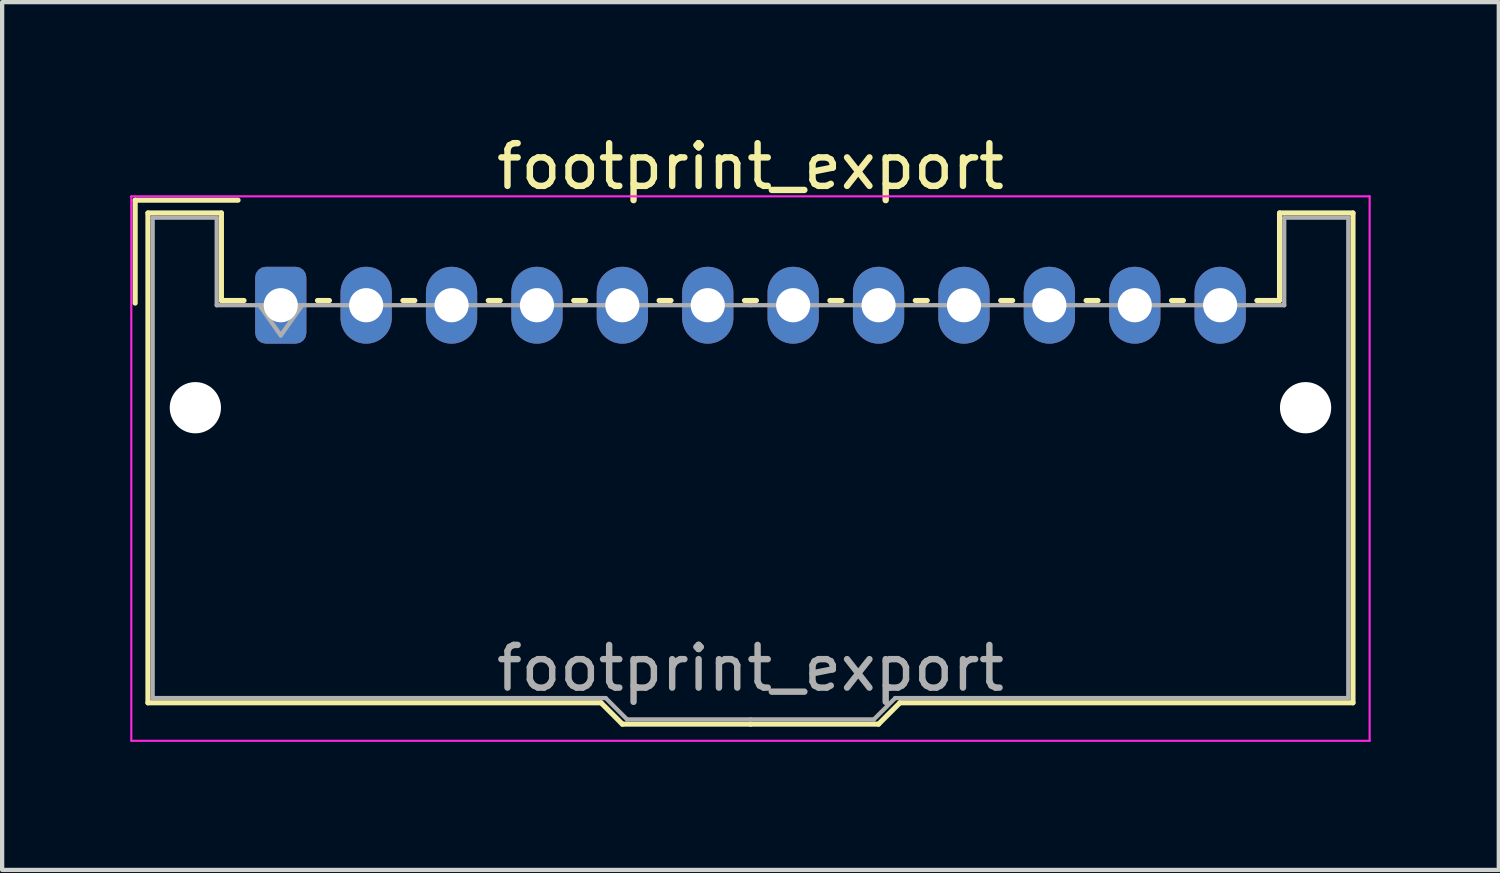
<source format=kicad_pcb>
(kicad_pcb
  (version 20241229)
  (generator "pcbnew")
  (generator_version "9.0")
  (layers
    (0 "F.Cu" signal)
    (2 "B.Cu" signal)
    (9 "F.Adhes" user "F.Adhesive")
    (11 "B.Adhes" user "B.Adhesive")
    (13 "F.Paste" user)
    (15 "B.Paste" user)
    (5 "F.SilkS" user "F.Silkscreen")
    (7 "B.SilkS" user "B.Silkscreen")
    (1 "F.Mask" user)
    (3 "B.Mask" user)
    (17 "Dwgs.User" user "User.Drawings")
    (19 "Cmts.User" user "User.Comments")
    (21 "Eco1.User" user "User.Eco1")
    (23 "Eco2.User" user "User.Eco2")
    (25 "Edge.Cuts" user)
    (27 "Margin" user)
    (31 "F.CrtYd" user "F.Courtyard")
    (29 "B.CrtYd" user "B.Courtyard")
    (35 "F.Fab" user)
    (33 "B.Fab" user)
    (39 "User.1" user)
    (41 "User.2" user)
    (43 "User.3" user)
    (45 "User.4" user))
  (footprint "footprint_export"
    (layer "F.Cu")
    (at 3.525 4.098)
    (property "Reference" "footprint_export" (at 11 -3.25 0) (layer "F.SilkS") (effects (font (size 1 1) (thickness 0.15))))
    (attr through_hole)
    (fp_line (start -3.41 -2.46) (end -1 -2.46) (stroke (width 0.12) (type solid)) (layer "F.SilkS"))
    (fp_line (start -3.41 -0.05) (end -3.41 -2.46) (stroke (width 0.12) (type solid)) (layer "F.SilkS"))
    (fp_line (start -3.11 -2.16) (end -1.39 -2.16) (stroke (width 0.12) (type solid)) (layer "F.SilkS"))
    (fp_line (start -3.11 9.31) (end -3.11 -2.16) (stroke (width 0.12) (type solid)) (layer "F.SilkS"))
    (fp_line (start -1.39 -2.16) (end -1.39 -0.11) (stroke (width 0.12) (type solid)) (layer "F.SilkS"))
    (fp_line (start -1.39 -0.11) (end -0.86 -0.11) (stroke (width 0.12) (type solid)) (layer "F.SilkS"))
    (fp_line (start 0.86 -0.11) (end 1.14 -0.11) (stroke (width 0.12) (type solid)) (layer "F.SilkS"))
    (fp_line (start 2.86 -0.11) (end 3.14 -0.11) (stroke (width 0.12) (type solid)) (layer "F.SilkS"))
    (fp_line (start 4.86 -0.11) (end 5.14 -0.11) (stroke (width 0.12) (type solid)) (layer "F.SilkS"))
    (fp_line (start 6.86 -0.11) (end 7.14 -0.11) (stroke (width 0.12) (type solid)) (layer "F.SilkS"))
    (fp_line (start 7.5 9.31) (end -3.11 9.31) (stroke (width 0.12) (type solid)) (layer "F.SilkS"))
    (fp_line (start 8 9.81) (end 7.5 9.31) (stroke (width 0.12) (type solid)) (layer "F.SilkS"))
    (fp_line (start 8.86 -0.11) (end 9.14 -0.11) (stroke (width 0.12) (type solid)) (layer "F.SilkS"))
    (fp_line (start 10.86 -0.11) (end 11.14 -0.11) (stroke (width 0.12) (type solid)) (layer "F.SilkS"))
    (fp_line (start 11 9.81) (end 8 9.81) (stroke (width 0.12) (type solid)) (layer "F.SilkS"))
    (fp_line (start 11 9.81) (end 14 9.81) (stroke (width 0.12) (type solid)) (layer "F.SilkS"))
    (fp_line (start 12.86 -0.11) (end 13.14 -0.11) (stroke (width 0.12) (type solid)) (layer "F.SilkS"))
    (fp_line (start 14 9.81) (end 14.5 9.31) (stroke (width 0.12) (type solid)) (layer "F.SilkS"))
    (fp_line (start 14.5 9.31) (end 25.11 9.31) (stroke (width 0.12) (type solid)) (layer "F.SilkS"))
    (fp_line (start 14.86 -0.11) (end 15.14 -0.11) (stroke (width 0.12) (type solid)) (layer "F.SilkS"))
    (fp_line (start 16.86 -0.11) (end 17.14 -0.11) (stroke (width 0.12) (type solid)) (layer "F.SilkS"))
    (fp_line (start 18.86 -0.11) (end 19.14 -0.11) (stroke (width 0.12) (type solid)) (layer "F.SilkS"))
    (fp_line (start 20.86 -0.11) (end 21.14 -0.11) (stroke (width 0.12) (type solid)) (layer "F.SilkS"))
    (fp_line (start 23.39 -2.16) (end 23.39 -0.11) (stroke (width 0.12) (type solid)) (layer "F.SilkS"))
    (fp_line (start 23.39 -0.11) (end 22.86 -0.11) (stroke (width 0.12) (type solid)) (layer "F.SilkS"))
    (fp_line (start 25.11 -2.16) (end 23.39 -2.16) (stroke (width 0.12) (type solid)) (layer "F.SilkS"))
    (fp_line (start 25.11 9.31) (end 25.11 -2.16) (stroke (width 0.12) (type solid)) (layer "F.SilkS"))
    (fp_line (start -3.5 -2.55) (end -3.5 10.2) (stroke (width 0.05) (type solid)) (layer "F.CrtYd"))
    (fp_line (start -3.5 10.2) (end 25.5 10.2) (stroke (width 0.05) (type solid)) (layer "F.CrtYd"))
    (fp_line (start 25.5 -2.55) (end -3.5 -2.55) (stroke (width 0.05) (type solid)) (layer "F.CrtYd"))
    (fp_line (start 25.5 10.2) (end 25.5 -2.55) (stroke (width 0.05) (type solid)) (layer "F.CrtYd"))
    (fp_line (start -3 -2.05) (end -1.5 -2.05) (stroke (width 0.1) (type solid)) (layer "F.Fab"))
    (fp_line (start -3 9.2) (end -3 -2.05) (stroke (width 0.1) (type solid)) (layer "F.Fab"))
    (fp_line (start -1.5 -2.05) (end -1.5 0) (stroke (width 0.1) (type solid)) (layer "F.Fab"))
    (fp_line (start -1.5 0) (end 11 0) (stroke (width 0.1) (type solid)) (layer "F.Fab"))
    (fp_line (start -0.5 0) (end 0 0.707) (stroke (width 0.1) (type solid)) (layer "F.Fab"))
    (fp_line (start 0 0.707) (end 0.5 0) (stroke (width 0.1) (type solid)) (layer "F.Fab"))
    (fp_line (start 7.61 9.2) (end -3 9.2) (stroke (width 0.1) (type solid)) (layer "F.Fab"))
    (fp_line (start 8.11 9.7) (end 7.61 9.2) (stroke (width 0.1) (type solid)) (layer "F.Fab"))
    (fp_line (start 11 9.7) (end 8.11 9.7) (stroke (width 0.1) (type solid)) (layer "F.Fab"))
    (fp_line (start 11 9.7) (end 13.89 9.7) (stroke (width 0.1) (type solid)) (layer "F.Fab"))
    (fp_line (start 13.89 9.7) (end 14.39 9.2) (stroke (width 0.1) (type solid)) (layer "F.Fab"))
    (fp_line (start 14.39 9.2) (end 25 9.2) (stroke (width 0.1) (type solid)) (layer "F.Fab"))
    (fp_line (start 23.5 -2.05) (end 23.5 0) (stroke (width 0.1) (type solid)) (layer "F.Fab"))
    (fp_line (start 23.5 0) (end 11 0) (stroke (width 0.1) (type solid)) (layer "F.Fab"))
    (fp_line (start 25 -2.05) (end 23.5 -2.05) (stroke (width 0.1) (type solid)) (layer "F.Fab"))
    (fp_line (start 25 9.2) (end 25 -2.05) (stroke (width 0.1) (type solid)) (layer "F.Fab"))
    (fp_text user "${REFERENCE}" (at 11 8.5 0) (layer "F.Fab") (effects (font (size 1 1) (thickness 0.15))))
    (pad "" np_thru_hole circle (at -2 2.4) (size 1.2 1.2) (drill 1.2) (layers "*.Cu" "*.Mask"))
    (pad "" np_thru_hole circle (at 24 2.4) (size 1.2 1.2) (drill 1.2) (layers "*.Cu" "*.Mask"))
    (pad "1" thru_hole roundrect (at 0 0) (size 1.2 1.8) (drill 0.8) (layers "*.Cu" "*.Mask") (roundrect_rratio 0.208))
    (pad "2" thru_hole oval (at 2 0) (size 1.2 1.8) (drill 0.8) (layers "*.Cu" "*.Mask"))
    (pad "3" thru_hole oval (at 4 0) (size 1.2 1.8) (drill 0.8) (layers "*.Cu" "*.Mask"))
    (pad "4" thru_hole oval (at 6 0) (size 1.2 1.8) (drill 0.8) (layers "*.Cu" "*.Mask"))
    (pad "5" thru_hole oval (at 8 0) (size 1.2 1.8) (drill 0.8) (layers "*.Cu" "*.Mask"))
    (pad "6" thru_hole oval (at 10 0) (size 1.2 1.8) (drill 0.8) (layers "*.Cu" "*.Mask"))
    (pad "7" thru_hole oval (at 12 0) (size 1.2 1.8) (drill 0.8) (layers "*.Cu" "*.Mask"))
    (pad "8" thru_hole oval (at 14 0) (size 1.2 1.8) (drill 0.8) (layers "*.Cu" "*.Mask"))
    (pad "9" thru_hole oval (at 16 0) (size 1.2 1.8) (drill 0.8) (layers "*.Cu" "*.Mask"))
    (pad "10" thru_hole oval (at 18 0) (size 1.2 1.8) (drill 0.8) (layers "*.Cu" "*.Mask"))
    (pad "11" thru_hole oval (at 20 0) (size 1.2 1.8) (drill 0.8) (layers "*.Cu" "*.Mask"))
    (pad "12" thru_hole oval (at 22 0) (size 1.2 1.8) (drill 0.8) (layers "*.Cu" "*.Mask")))
  (gr_rect
    (start -3 -3)
    (end 32.05 17.323)
    (stroke (width 0.1) (type default))
    (fill no)
    (layer "Edge.Cuts")))
</source>
